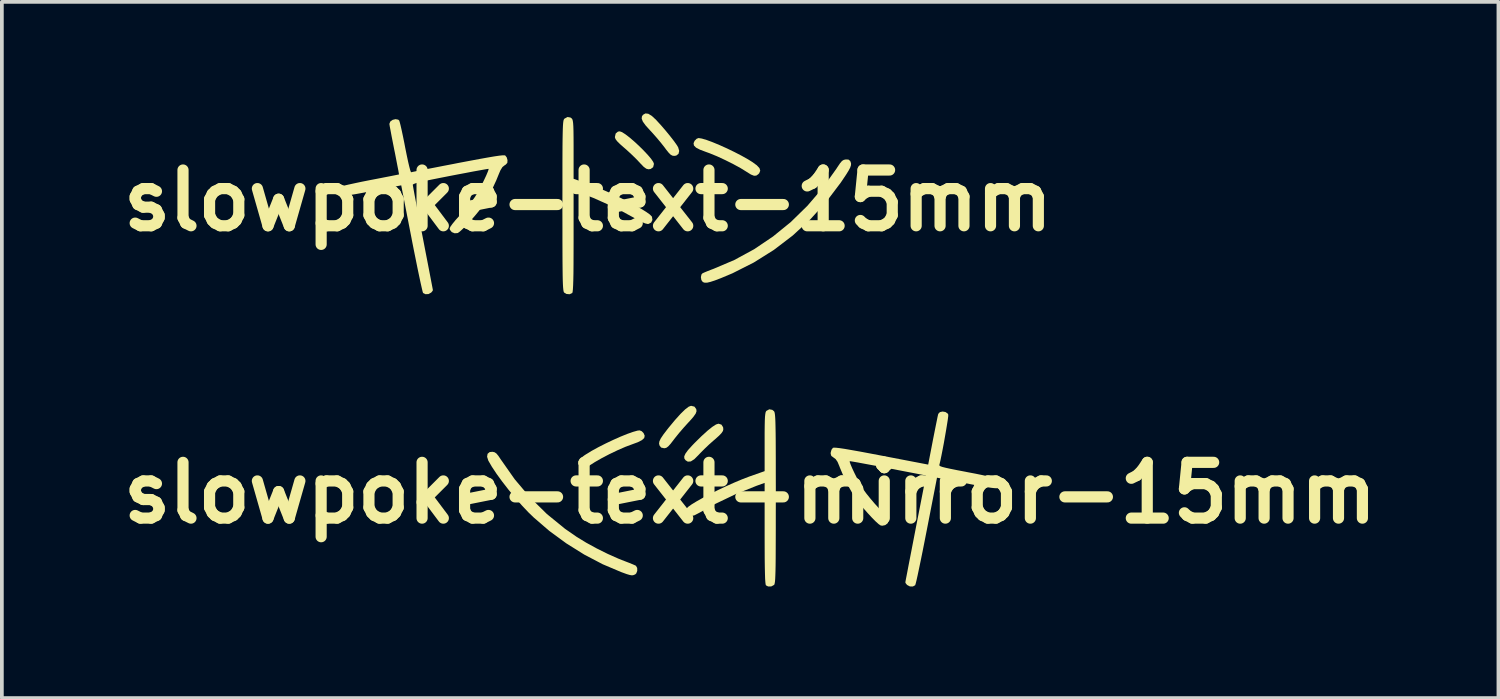
<source format=kicad_pcb>
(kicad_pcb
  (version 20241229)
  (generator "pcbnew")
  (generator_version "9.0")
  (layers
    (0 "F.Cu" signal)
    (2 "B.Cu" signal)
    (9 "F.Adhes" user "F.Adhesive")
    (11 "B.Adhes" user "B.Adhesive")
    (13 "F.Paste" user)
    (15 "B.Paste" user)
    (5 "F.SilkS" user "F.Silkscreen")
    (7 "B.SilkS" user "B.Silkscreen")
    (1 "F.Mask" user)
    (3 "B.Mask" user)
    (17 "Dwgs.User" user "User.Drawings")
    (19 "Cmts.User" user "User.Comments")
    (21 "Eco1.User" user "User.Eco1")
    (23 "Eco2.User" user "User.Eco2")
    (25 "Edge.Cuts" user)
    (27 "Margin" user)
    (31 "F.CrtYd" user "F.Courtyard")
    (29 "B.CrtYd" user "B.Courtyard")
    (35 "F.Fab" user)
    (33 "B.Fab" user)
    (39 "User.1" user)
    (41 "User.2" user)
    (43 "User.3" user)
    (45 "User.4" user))
  (footprint "slowpoke-text-mirror-15mm"
    (layer "F.Cu")
    (at 17.121 10.204)
    (property "Reference" "slowpoke-text-mirror-15mm" (at 0 0 0) (layer "F.SilkS") (effects (font (size 1.5 1.5) (thickness 0.3))))
    (attr board_only exclude_from_pos_files exclude_from_bom)
    (fp_poly (pts (xy -0.772 -1.836) (xy -0.727 -1.766) (xy -0.721 -1.711) (xy -0.731 -1.665) (xy -0.767 -1.611) (xy -0.835 -1.539) (xy -0.943 -1.442) (xy -0.975 -1.415) (xy -1.101 -1.304) (xy -1.228 -1.183) (xy -1.339 -1.071) (xy -1.387 -1.02) (xy -1.501 -0.906) (xy -1.595 -0.846) (xy -1.675 -0.84) (xy -1.735 -0.877) (xy -1.769 -0.926) (xy -1.772 -0.983) (xy -1.74 -1.055) (xy -1.672 -1.149) (xy -1.562 -1.271) (xy -1.494 -1.342) (xy -1.31 -1.523) (xy -1.15 -1.669) (xy -1.018 -1.775) (xy -0.917 -1.84) (xy -0.851 -1.861)) (stroke (width 0) (type solid)) (fill yes) (layer "F.SilkS"))
    (fp_poly (pts (xy -1.498 -2.32) (xy -1.449 -2.254) (xy -1.441 -2.197) (xy -1.463 -2.134) (xy -1.528 -2.041) (xy -1.639 -1.915) (xy -1.659 -1.895) (xy -1.777 -1.765) (xy -1.904 -1.618) (xy -2.017 -1.478) (xy -2.051 -1.434) (xy -2.136 -1.323) (xy -2.198 -1.254) (xy -2.247 -1.216) (xy -2.292 -1.202) (xy -2.314 -1.201) (xy -2.393 -1.219) (xy -2.435 -1.272) (xy -2.449 -1.325) (xy -2.44 -1.386) (xy -2.404 -1.463) (xy -2.336 -1.565) (xy -2.233 -1.7) (xy -2.197 -1.746) (xy -2.023 -1.956) (xy -1.873 -2.123) (xy -1.749 -2.244) (xy -1.654 -2.317) (xy -1.589 -2.342)) (stroke (width 0) (type solid)) (fill yes) (layer "F.SilkS"))
    (fp_poly (pts (xy -2.914 -1.658) (xy -2.864 -1.606) (xy -2.835 -1.537) (xy -2.848 -1.476) (xy -2.908 -1.42) (xy -3.019 -1.363) (xy -3.171 -1.307) (xy -3.353 -1.239) (xy -3.564 -1.147) (xy -3.784 -1.042) (xy -3.996 -0.931) (xy -4.179 -0.826) (xy -4.263 -0.772) (xy -4.378 -0.701) (xy -4.46 -0.668) (xy -4.522 -0.67) (xy -4.575 -0.706) (xy -4.576 -0.708) (xy -4.623 -0.776) (xy -4.622 -0.845) (xy -4.57 -0.919) (xy -4.463 -1.005) (xy -4.417 -1.035) (xy -4.26 -1.131) (xy -4.079 -1.23) (xy -3.882 -1.33) (xy -3.682 -1.425) (xy -3.486 -1.512) (xy -3.306 -1.585) (xy -3.151 -1.64) (xy -3.031 -1.674) (xy -2.971 -1.681)) (stroke (width 0) (type solid)) (fill yes) (layer "F.SilkS"))
    (fp_poly (pts (xy -6.872 -1.093) (xy -6.824 -1.061) (xy -6.771 -0.998) (xy -6.706 -0.901) (xy -6.331 -0.367) (xy -5.916 0.124) (xy -5.465 0.568) (xy -4.978 0.965) (xy -4.665 1.182) (xy -4.411 1.337) (xy -4.126 1.493) (xy -3.83 1.64) (xy -3.545 1.767) (xy -3.378 1.833) (xy -3.256 1.88) (xy -3.155 1.921) (xy -3.087 1.951) (xy -3.07 1.961) (xy -3.037 2.018) (xy -3.035 2.096) (xy -3.062 2.165) (xy -3.09 2.191) (xy -3.134 2.21) (xy -3.177 2.217) (xy -3.235 2.208) (xy -3.32 2.183) (xy -3.446 2.137) (xy -3.468 2.129) (xy -3.964 1.919) (xy -4.46 1.659) (xy -4.943 1.357) (xy -5.399 1.023) (xy -5.815 0.665) (xy -5.963 0.522) (xy -6.136 0.339) (xy -6.317 0.132) (xy -6.497 -0.086) (xy -6.667 -0.305) (xy -6.819 -0.514) (xy -6.945 -0.704) (xy -7.037 -0.862) (xy -7.04 -0.867) (xy -7.073 -0.972) (xy -7.06 -1.051) (xy -7.004 -1.098) (xy -6.928 -1.105)) (stroke (width 0) (type solid)) (fill yes) (layer "F.SilkS"))
    (fp_poly (pts (xy 0.596 -2.233) (xy 0.641 -2.197) (xy 0.65 -2.183) (xy 0.658 -2.16) (xy 0.665 -2.123) (xy 0.671 -2.07) (xy 0.676 -1.996) (xy 0.68 -1.897) (xy 0.683 -1.768) (xy 0.686 -1.607) (xy 0.688 -1.408) (xy 0.689 -1.168) (xy 0.69 -0.883) (xy 0.69 -0.549) (xy 0.691 -0.162) (xy 0.691 0.143) (xy 0.69 0.571) (xy 0.69 0.943) (xy 0.689 1.264) (xy 0.688 1.536) (xy 0.687 1.763) (xy 0.685 1.951) (xy 0.682 2.102) (xy 0.678 2.221) (xy 0.674 2.312) (xy 0.669 2.378) (xy 0.662 2.424) (xy 0.655 2.454) (xy 0.647 2.471) (xy 0.643 2.475) (xy 0.57 2.515) (xy 0.485 2.517) (xy 0.426 2.486) (xy 0.417 2.461) (xy 0.41 2.403) (xy 0.403 2.308) (xy 0.399 2.172) (xy 0.395 1.992) (xy 0.392 1.764) (xy 0.391 1.485) (xy 0.39 1.149) (xy 0.39 1.091) (xy 0.39 -0.269) (xy 0.173 -0.191) (xy -0.387 0.033) (xy -0.933 0.294) (xy -1.355 0.529) (xy -1.496 0.602) (xy -1.603 0.628) (xy -1.677 0.609) (xy -1.715 0.559) (xy -1.732 0.477) (xy -1.715 0.427) (xy -1.668 0.377) (xy -1.573 0.309) (xy -1.437 0.226) (xy -1.27 0.132) (xy -1.078 0.031) (xy -0.87 -0.073) (xy -0.652 -0.176) (xy -0.434 -0.274) (xy -0.222 -0.363) (xy -0.025 -0.439) (xy 0.013 -0.452) (xy 0.39 -0.585) (xy 0.39 -1.371) (xy 0.39 -1.614) (xy 0.392 -1.803) (xy 0.395 -1.947) (xy 0.4 -2.051) (xy 0.408 -2.122) (xy 0.417 -2.169) (xy 0.43 -2.196) (xy 0.437 -2.205) (xy 0.515 -2.248)) (stroke (width 0) (type solid)) (fill yes) (layer "F.SilkS"))
    (fp_poly (pts (xy 5.252 -2.175) (xy 5.312 -2.134) (xy 5.328 -2.105) (xy 5.327 -2.064) (xy 5.316 -1.975) (xy 5.296 -1.848) (xy 5.271 -1.694) (xy 5.241 -1.522) (xy 5.21 -1.344) (xy 5.177 -1.171) (xy 5.146 -1.012) (xy 5.118 -0.877) (xy 5.095 -0.779) (xy 5.087 -0.749) (xy 5.092 -0.733) (xy 5.118 -0.716) (xy 5.172 -0.697) (xy 5.26 -0.675) (xy 5.388 -0.647) (xy 5.562 -0.612) (xy 5.788 -0.569) (xy 5.847 -0.557) (xy 6.058 -0.517) (xy 6.253 -0.477) (xy 6.422 -0.44) (xy 6.558 -0.409) (xy 6.65 -0.384) (xy 6.69 -0.369) (xy 6.741 -0.308) (xy 6.748 -0.229) (xy 6.713 -0.158) (xy 6.689 -0.139) (xy 6.663 -0.129) (xy 6.624 -0.125) (xy 6.563 -0.128) (xy 6.476 -0.138) (xy 6.357 -0.156) (xy 6.201 -0.183) (xy 6.001 -0.22) (xy 5.753 -0.267) (xy 5.537 -0.309) (xy 5.025 -0.409) (xy 4.747 1.018) (xy 4.691 1.303) (xy 4.638 1.571) (xy 4.588 1.816) (xy 4.543 2.031) (xy 4.505 2.212) (xy 4.474 2.351) (xy 4.451 2.443) (xy 4.438 2.483) (xy 4.438 2.483) (xy 4.376 2.517) (xy 4.295 2.515) (xy 4.223 2.477) (xy 4.22 2.475) (xy 4.183 2.429) (xy 4.174 2.407) (xy 4.179 2.375) (xy 4.195 2.289) (xy 4.221 2.156) (xy 4.254 1.981) (xy 4.295 1.77) (xy 4.342 1.529) (xy 4.393 1.265) (xy 4.448 0.981) (xy 4.452 0.96) (xy 4.731 -0.468) (xy 3.709 -0.665) (xy 3.47 -0.711) (xy 3.25 -0.752) (xy 3.056 -0.788) (xy 2.895 -0.818) (xy 2.773 -0.839) (xy 2.699 -0.851) (xy 2.677 -0.853) (xy 2.681 -0.821) (xy 2.708 -0.748) (xy 2.753 -0.644) (xy 2.811 -0.522) (xy 2.876 -0.393) (xy 2.943 -0.268) (xy 3.005 -0.158) (xy 3.046 -0.093) (xy 3.124 0.016) (xy 3.231 0.149) (xy 3.35 0.289) (xy 3.455 0.404) (xy 3.561 0.522) (xy 3.646 0.624) (xy 3.702 0.703) (xy 3.723 0.749) (xy 3.723 0.749) (xy 3.697 0.818) (xy 3.632 0.867) (xy 3.55 0.883) (xy 3.506 0.874) (xy 3.455 0.839) (xy 3.375 0.767) (xy 3.276 0.667) (xy 3.166 0.548) (xy 3.053 0.421) (xy 2.947 0.293) (xy 2.856 0.176) (xy 2.848 0.165) (xy 2.766 0.038) (xy 2.672 -0.128) (xy 2.576 -0.314) (xy 2.488 -0.503) (xy 2.415 -0.677) (xy 2.401 -0.715) (xy 2.351 -0.834) (xy 2.3 -0.908) (xy 2.245 -0.949) (xy 2.184 -0.993) (xy 2.166 -1.05) (xy 2.167 -1.087) (xy 2.189 -1.163) (xy 2.227 -1.212) (xy 2.256 -1.217) (xy 2.316 -1.214) (xy 2.412 -1.203) (xy 2.547 -1.183) (xy 2.725 -1.152) (xy 2.951 -1.112) (xy 3.228 -1.06) (xy 3.533 -1.002) (xy 4.788 -0.761) (xy 4.916 -1.424) (xy 4.954 -1.617) (xy 4.989 -1.792) (xy 5.019 -1.939) (xy 5.041 -2.049) (xy 5.056 -2.113) (xy 5.059 -2.125) (xy 5.103 -2.172) (xy 5.175 -2.188)) (stroke (width 0) (type solid)) (fill yes) (layer "F.SilkS")))
  (footprint "slowpoke-text-15mm"
    (layer "F.Cu")
    (at 12.764 2.343)
    (property "Reference" "slowpoke-text-15mm" (at 0 0 0) (layer "F.SilkS") (effects (font (size 1.5 1.5) (thickness 0.3))))
    (attr board_only exclude_from_pos_files exclude_from_bom)
    (fp_poly (pts (xy 0.912 -1.84) (xy 1.003 -1.782) (xy 1.115 -1.696) (xy 1.24 -1.589) (xy 1.369 -1.47) (xy 1.493 -1.347) (xy 1.604 -1.229) (xy 1.694 -1.123) (xy 1.752 -1.038) (xy 1.771 -0.986) (xy 1.749 -0.897) (xy 1.682 -0.849) (xy 1.622 -0.841) (xy 1.565 -0.856) (xy 1.495 -0.907) (xy 1.404 -1.001) (xy 1.387 -1.02) (xy 1.294 -1.118) (xy 1.173 -1.236) (xy 1.044 -1.355) (xy 0.975 -1.415) (xy 0.857 -1.519) (xy 0.78 -1.596) (xy 0.737 -1.654) (xy 0.721 -1.7) (xy 0.721 -1.711) (xy 0.742 -1.803) (xy 0.803 -1.854) (xy 0.851 -1.861)) (stroke (width 0) (type solid)) (fill yes) (layer "F.SilkS"))
    (fp_poly (pts (xy 1.619 -2.334) (xy 1.714 -2.276) (xy 1.831 -2.167) (xy 1.842 -2.154) (xy 1.963 -2.022) (xy 2.087 -1.878) (xy 2.204 -1.735) (xy 2.306 -1.604) (xy 2.383 -1.496) (xy 2.421 -1.434) (xy 2.45 -1.335) (xy 2.431 -1.256) (xy 2.37 -1.209) (xy 2.314 -1.201) (xy 2.266 -1.208) (xy 2.22 -1.233) (xy 2.166 -1.287) (xy 2.093 -1.378) (xy 2.056 -1.429) (xy 1.957 -1.555) (xy 1.835 -1.7) (xy 1.712 -1.839) (xy 1.664 -1.89) (xy 1.546 -2.021) (xy 1.472 -2.123) (xy 1.441 -2.202) (xy 1.448 -2.265) (xy 1.477 -2.306) (xy 1.542 -2.343)) (stroke (width 0) (type solid)) (fill yes) (layer "F.SilkS"))
    (fp_poly (pts (xy 3.059 -1.667) (xy 3.19 -1.628) (xy 3.354 -1.567) (xy 3.539 -1.49) (xy 3.737 -1.401) (xy 3.937 -1.304) (xy 4.13 -1.204) (xy 4.306 -1.105) (xy 4.41 -1.04) (xy 4.536 -0.949) (xy 4.608 -0.872) (xy 4.629 -0.803) (xy 4.602 -0.736) (xy 4.576 -0.708) (xy 4.523 -0.671) (xy 4.462 -0.667) (xy 4.38 -0.699) (xy 4.267 -0.769) (xy 4.263 -0.772) (xy 4.103 -0.871) (xy 3.904 -0.98) (xy 3.686 -1.089) (xy 3.468 -1.19) (xy 3.268 -1.272) (xy 3.171 -1.307) (xy 3.009 -1.368) (xy 2.902 -1.424) (xy 2.846 -1.481) (xy 2.836 -1.542) (xy 2.864 -1.606) (xy 2.918 -1.661) (xy 2.971 -1.681)) (stroke (width 0) (type solid)) (fill yes) (layer "F.SilkS"))
    (fp_poly (pts (xy 7.002 -1.102) (xy 7.045 -1.067) (xy 7.058 -1.042) (xy 7.071 -0.999) (xy 7.069 -0.95) (xy 7.048 -0.887) (xy 7.004 -0.803) (xy 6.933 -0.689) (xy 6.831 -0.537) (xy 6.792 -0.48) (xy 6.404 0.034) (xy 5.972 0.509) (xy 5.5 0.942) (xy 4.993 1.329) (xy 4.452 1.668) (xy 3.882 1.956) (xy 3.577 2.084) (xy 3.41 2.148) (xy 3.287 2.188) (xy 3.2 2.208) (xy 3.138 2.209) (xy 3.091 2.194) (xy 3.085 2.191) (xy 3.046 2.138) (xy 3.033 2.06) (xy 3.048 1.989) (xy 3.07 1.961) (xy 3.113 1.939) (xy 3.199 1.903) (xy 3.311 1.859) (xy 3.378 1.834) (xy 3.933 1.598) (xy 4.466 1.308) (xy 4.973 0.966) (xy 5.451 0.577) (xy 5.897 0.141) (xy 6.307 -0.337) (xy 6.677 -0.856) (xy 6.706 -0.901) (xy 6.775 -1.003) (xy 6.827 -1.064) (xy 6.875 -1.094) (xy 6.928 -1.105)) (stroke (width 0) (type solid)) (fill yes) (layer "F.SilkS"))
    (fp_poly (pts (xy -0.474 -2.233) (xy -0.437 -2.205) (xy -0.423 -2.183) (xy -0.412 -2.146) (xy -0.403 -2.087) (xy -0.397 -1.998) (xy -0.393 -1.873) (xy -0.391 -1.706) (xy -0.39 -1.488) (xy -0.39 -1.371) (xy -0.39 -0.585) (xy -0.013 -0.452) (xy 0.187 -0.377) (xy 0.402 -0.288) (xy 0.623 -0.19) (xy 0.842 -0.087) (xy 1.054 0.018) (xy 1.248 0.121) (xy 1.419 0.217) (xy 1.559 0.303) (xy 1.659 0.374) (xy 1.713 0.428) (xy 1.717 0.436) (xy 1.73 0.521) (xy 1.696 0.591) (xy 1.626 0.628) (xy 1.602 0.63) (xy 1.536 0.615) (xy 1.442 0.576) (xy 1.355 0.53) (xy 0.758 0.204) (xy 0.143 -0.07) (xy -0.113 -0.168) (xy -0.39 -0.269) (xy -0.39 1.09) (xy -0.391 1.435) (xy -0.392 1.724) (xy -0.394 1.959) (xy -0.398 2.147) (xy -0.403 2.289) (xy -0.409 2.39) (xy -0.416 2.454) (xy -0.425 2.484) (xy -0.426 2.486) (xy -0.496 2.519) (xy -0.581 2.512) (xy -0.643 2.475) (xy -0.652 2.461) (xy -0.66 2.436) (xy -0.666 2.397) (xy -0.672 2.338) (xy -0.677 2.256) (xy -0.681 2.148) (xy -0.684 2.008) (xy -0.686 1.834) (xy -0.688 1.621) (xy -0.689 1.366) (xy -0.69 1.063) (xy -0.69 0.71) (xy -0.691 0.302) (xy -0.691 0.138) (xy -0.69 -0.288) (xy -0.69 -0.658) (xy -0.69 -0.975) (xy -0.689 -1.245) (xy -0.688 -1.471) (xy -0.686 -1.657) (xy -0.683 -1.808) (xy -0.68 -1.926) (xy -0.676 -2.017) (xy -0.671 -2.084) (xy -0.665 -2.132) (xy -0.658 -2.164) (xy -0.649 -2.185) (xy -0.64 -2.198) (xy -0.636 -2.202) (xy -0.553 -2.247)) (stroke (width 0) (type solid)) (fill yes) (layer "F.SilkS"))
    (fp_poly (pts (xy -5.107 -2.176) (xy -5.081 -2.154) (xy -5.067 -2.115) (xy -5.044 -2.026) (xy -5.014 -1.895) (xy -4.979 -1.731) (xy -4.941 -1.544) (xy -4.92 -1.433) (xy -4.879 -1.23) (xy -4.842 -1.055) (xy -4.809 -0.914) (xy -4.783 -0.816) (xy -4.764 -0.766) (xy -4.759 -0.761) (xy -4.724 -0.769) (xy -4.636 -0.787) (xy -4.502 -0.813) (xy -4.328 -0.848) (xy -4.12 -0.888) (xy -3.885 -0.934) (xy -3.629 -0.983) (xy -3.504 -1.008) (xy -3.181 -1.069) (xy -2.913 -1.119) (xy -2.695 -1.158) (xy -2.525 -1.187) (xy -2.396 -1.206) (xy -2.306 -1.216) (xy -2.251 -1.217) (xy -2.228 -1.212) (xy -2.188 -1.161) (xy -2.167 -1.087) (xy -2.172 -1.014) (xy -2.214 -0.967) (xy -2.242 -0.95) (xy -2.304 -0.9) (xy -2.358 -0.812) (xy -2.399 -0.716) (xy -2.47 -0.542) (xy -2.558 -0.352) (xy -2.653 -0.164) (xy -2.747 0.006) (xy -2.831 0.14) (xy -2.848 0.165) (xy -2.937 0.281) (xy -3.042 0.408) (xy -3.154 0.536) (xy -3.265 0.656) (xy -3.366 0.758) (xy -3.448 0.833) (xy -3.502 0.872) (xy -3.506 0.874) (xy -3.589 0.88) (xy -3.666 0.848) (xy -3.715 0.788) (xy -3.723 0.749) (xy -3.703 0.704) (xy -3.647 0.626) (xy -3.563 0.523) (xy -3.457 0.406) (xy -3.455 0.404) (xy -3.336 0.273) (xy -3.217 0.133) (xy -3.113 0.002) (xy -3.046 -0.093) (xy -2.99 -0.183) (xy -2.927 -0.297) (xy -2.86 -0.424) (xy -2.797 -0.552) (xy -2.741 -0.671) (xy -2.7 -0.768) (xy -2.677 -0.832) (xy -2.677 -0.853) (xy -2.708 -0.849) (xy -2.791 -0.835) (xy -2.919 -0.812) (xy -3.086 -0.782) (xy -3.284 -0.744) (xy -3.507 -0.702) (xy -3.7 -0.665) (xy -3.985 -0.609) (xy -4.215 -0.563) (xy -4.395 -0.525) (xy -4.53 -0.494) (xy -4.625 -0.469) (xy -4.683 -0.448) (xy -4.71 -0.432) (xy -4.714 -0.425) (xy -4.708 -0.387) (xy -4.692 -0.296) (xy -4.667 -0.159) (xy -4.633 0.02) (xy -4.593 0.233) (xy -4.546 0.475) (xy -4.495 0.741) (xy -4.443 1.007) (xy -4.389 1.288) (xy -4.338 1.55) (xy -4.292 1.788) (xy -4.252 1.996) (xy -4.219 2.168) (xy -4.194 2.299) (xy -4.178 2.382) (xy -4.173 2.411) (xy -4.192 2.443) (xy -4.22 2.475) (xy -4.291 2.514) (xy -4.372 2.518) (xy -4.435 2.487) (xy -4.438 2.484) (xy -4.45 2.448) (xy -4.471 2.358) (xy -4.502 2.222) (xy -4.54 2.044) (xy -4.585 1.83) (xy -4.634 1.587) (xy -4.688 1.32) (xy -4.744 1.036) (xy -4.747 1.018) (xy -5.025 -0.409) (xy -5.537 -0.309) (xy -5.825 -0.253) (xy -6.06 -0.208) (xy -6.247 -0.174) (xy -6.393 -0.15) (xy -6.503 -0.134) (xy -6.582 -0.126) (xy -6.636 -0.126) (xy -6.672 -0.131) (xy -6.689 -0.139) (xy -6.735 -0.196) (xy -6.749 -0.274) (xy -6.728 -0.342) (xy -6.714 -0.357) (xy -6.674 -0.373) (xy -6.582 -0.397) (xy -6.449 -0.428) (xy -6.28 -0.465) (xy -6.086 -0.506) (xy -5.879 -0.547) (xy -5.67 -0.587) (xy -5.481 -0.624) (xy -5.321 -0.655) (xy -5.196 -0.68) (xy -5.115 -0.696) (xy -5.085 -0.702) (xy -5.085 -0.702) (xy -5.089 -0.731) (xy -5.103 -0.811) (xy -5.127 -0.932) (xy -5.157 -1.088) (xy -5.192 -1.269) (xy -5.212 -1.366) (xy -5.25 -1.559) (xy -5.284 -1.732) (xy -5.311 -1.878) (xy -5.332 -1.987) (xy -5.342 -2.051) (xy -5.344 -2.062) (xy -5.319 -2.125) (xy -5.256 -2.17) (xy -5.179 -2.189)) (stroke (width 0) (type solid)) (fill yes) (layer "F.SilkS")))
  (gr_rect
    (start -3 -3)
    (end 37.243 15.721)
    (stroke (width 0.1) (type default))
    (fill no)
    (layer "Edge.Cuts")))
</source>
